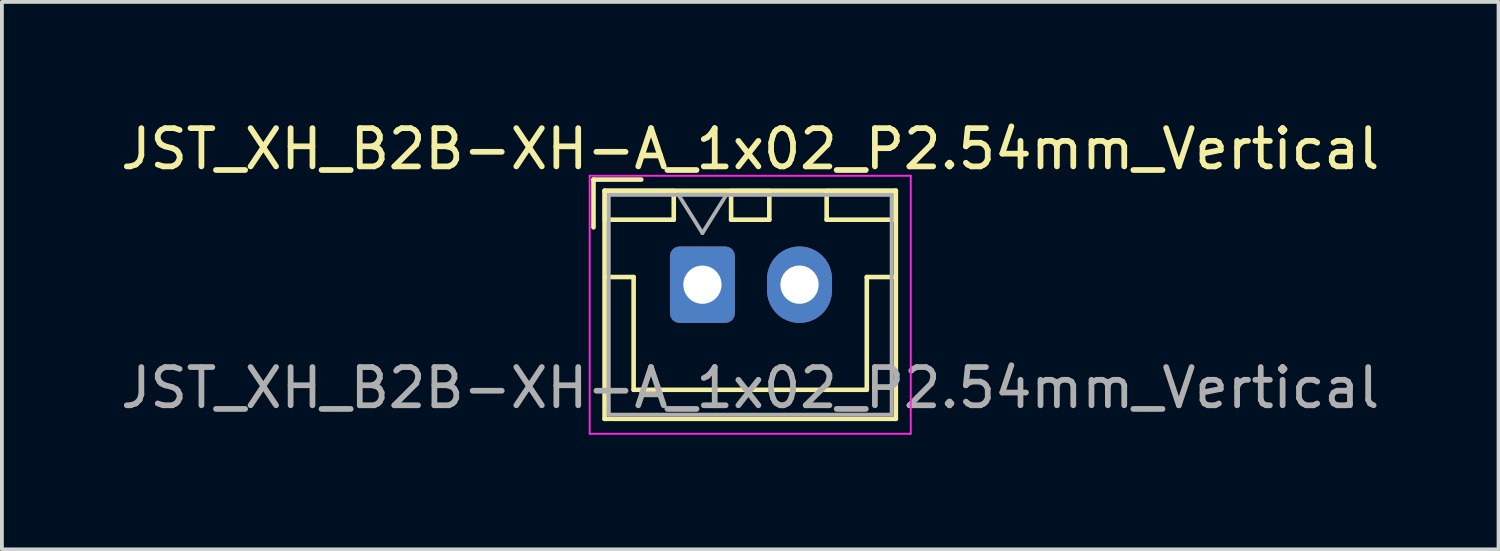
<source format=kicad_pcb>
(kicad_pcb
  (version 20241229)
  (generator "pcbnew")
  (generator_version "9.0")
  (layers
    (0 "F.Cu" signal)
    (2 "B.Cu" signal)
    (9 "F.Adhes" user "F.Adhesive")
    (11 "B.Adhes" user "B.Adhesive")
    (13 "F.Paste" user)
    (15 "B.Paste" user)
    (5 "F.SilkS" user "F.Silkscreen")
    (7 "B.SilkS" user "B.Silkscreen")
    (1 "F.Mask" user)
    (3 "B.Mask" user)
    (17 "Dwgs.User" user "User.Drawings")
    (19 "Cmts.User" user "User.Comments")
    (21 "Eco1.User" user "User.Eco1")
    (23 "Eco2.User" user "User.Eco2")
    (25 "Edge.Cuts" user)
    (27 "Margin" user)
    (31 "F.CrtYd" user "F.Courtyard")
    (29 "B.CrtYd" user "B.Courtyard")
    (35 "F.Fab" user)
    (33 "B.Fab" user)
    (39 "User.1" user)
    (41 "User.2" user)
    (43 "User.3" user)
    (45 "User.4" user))
  (footprint "JST_XH_B2B-XH-A_1x02_P2.54mm_Vertical"
    (layer "F.Cu")
    (at 15.327 4.398)
    (property "Reference" "JST_XH_B2B-XH-A_1x02_P2.54mm_Vertical" (at 1.25 -3.55 0) (layer "F.SilkS") (effects (font (size 1 1) (thickness 0.15))))
    (attr through_hole)
    (fp_line (start -2.85 -2.75) (end -2.85 -1.5) (stroke (width 0.12) (type solid)) (layer "F.SilkS"))
    (fp_line (start -2.56 -2.46) (end -2.56 3.51) (stroke (width 0.12) (type solid)) (layer "F.SilkS"))
    (fp_line (start -2.56 3.51) (end 5.06 3.51) (stroke (width 0.12) (type solid)) (layer "F.SilkS"))
    (fp_line (start -2.55 -2.45) (end -2.55 -1.7) (stroke (width 0.12) (type solid)) (layer "F.SilkS"))
    (fp_line (start -2.55 -1.7) (end -0.75 -1.7) (stroke (width 0.12) (type solid)) (layer "F.SilkS"))
    (fp_line (start -2.55 -0.2) (end -1.8 -0.2) (stroke (width 0.12) (type solid)) (layer "F.SilkS"))
    (fp_line (start -1.8 -0.2) (end -1.8 2.75) (stroke (width 0.12) (type solid)) (layer "F.SilkS"))
    (fp_line (start -1.8 2.75) (end 1.25 2.75) (stroke (width 0.12) (type solid)) (layer "F.SilkS"))
    (fp_line (start -1.6 -2.75) (end -2.85 -2.75) (stroke (width 0.12) (type solid)) (layer "F.SilkS"))
    (fp_line (start -0.75 -2.45) (end -2.55 -2.45) (stroke (width 0.12) (type solid)) (layer "F.SilkS"))
    (fp_line (start -0.75 -1.7) (end -0.75 -2.45) (stroke (width 0.12) (type solid)) (layer "F.SilkS"))
    (fp_line (start 0.75 -2.45) (end 0.75 -1.7) (stroke (width 0.12) (type solid)) (layer "F.SilkS"))
    (fp_line (start 0.75 -1.7) (end 1.75 -1.7) (stroke (width 0.12) (type solid)) (layer "F.SilkS"))
    (fp_line (start 1.75 -2.45) (end 0.75 -2.45) (stroke (width 0.12) (type solid)) (layer "F.SilkS"))
    (fp_line (start 1.75 -1.7) (end 1.75 -2.45) (stroke (width 0.12) (type solid)) (layer "F.SilkS"))
    (fp_line (start 3.25 -2.45) (end 3.25 -1.7) (stroke (width 0.12) (type solid)) (layer "F.SilkS"))
    (fp_line (start 3.25 -1.7) (end 5.05 -1.7) (stroke (width 0.12) (type solid)) (layer "F.SilkS"))
    (fp_line (start 4.3 -0.2) (end 4.3 2.75) (stroke (width 0.12) (type solid)) (layer "F.SilkS"))
    (fp_line (start 4.3 2.75) (end 1.25 2.75) (stroke (width 0.12) (type solid)) (layer "F.SilkS"))
    (fp_line (start 5.05 -2.45) (end 3.25 -2.45) (stroke (width 0.12) (type solid)) (layer "F.SilkS"))
    (fp_line (start 5.05 -1.7) (end 5.05 -2.45) (stroke (width 0.12) (type solid)) (layer "F.SilkS"))
    (fp_line (start 5.05 -0.2) (end 4.3 -0.2) (stroke (width 0.12) (type solid)) (layer "F.SilkS"))
    (fp_line (start 5.06 -2.46) (end -2.56 -2.46) (stroke (width 0.12) (type solid)) (layer "F.SilkS"))
    (fp_line (start 5.06 3.51) (end 5.06 -2.46) (stroke (width 0.12) (type solid)) (layer "F.SilkS"))
    (fp_line (start -2.95 -2.85) (end -2.95 3.9) (stroke (width 0.05) (type solid)) (layer "F.CrtYd"))
    (fp_line (start -2.95 3.9) (end 5.45 3.9) (stroke (width 0.05) (type solid)) (layer "F.CrtYd"))
    (fp_line (start 5.45 -2.85) (end -2.95 -2.85) (stroke (width 0.05) (type solid)) (layer "F.CrtYd"))
    (fp_line (start 5.45 3.9) (end 5.45 -2.85) (stroke (width 0.05) (type solid)) (layer "F.CrtYd"))
    (fp_line (start -2.45 -2.35) (end -2.45 3.4) (stroke (width 0.1) (type solid)) (layer "F.Fab"))
    (fp_line (start -2.45 3.4) (end 4.95 3.4) (stroke (width 0.1) (type solid)) (layer "F.Fab"))
    (fp_line (start -0.625 -2.35) (end 0 -1.35) (stroke (width 0.1) (type solid)) (layer "F.Fab"))
    (fp_line (start 0 -1.35) (end 0.625 -2.35) (stroke (width 0.1) (type solid)) (layer "F.Fab"))
    (fp_line (start 4.95 -2.35) (end -2.45 -2.35) (stroke (width 0.1) (type solid)) (layer "F.Fab"))
    (fp_line (start 4.95 3.4) (end 4.95 -2.35) (stroke (width 0.1) (type solid)) (layer "F.Fab"))
    (fp_text user "${REFERENCE}" (at 1.25 2.7 0) (layer "F.Fab") (effects (font (size 1 1) (thickness 0.15))))
    (pad "1" thru_hole roundrect (at 0 0) (size 1.7 2) (drill 1) (layers "*.Cu" "*.Mask") (roundrect_rratio 0.147))
    (pad "2" thru_hole oval (at 2.54 0) (size 1.7 2) (drill 1) (layers "*.Cu" "*.Mask")))
  (gr_rect
    (start -3 -3)
    (end 36.155 11.323)
    (stroke (width 0.1) (type default))
    (fill no)
    (layer "Edge.Cuts")))
</source>
